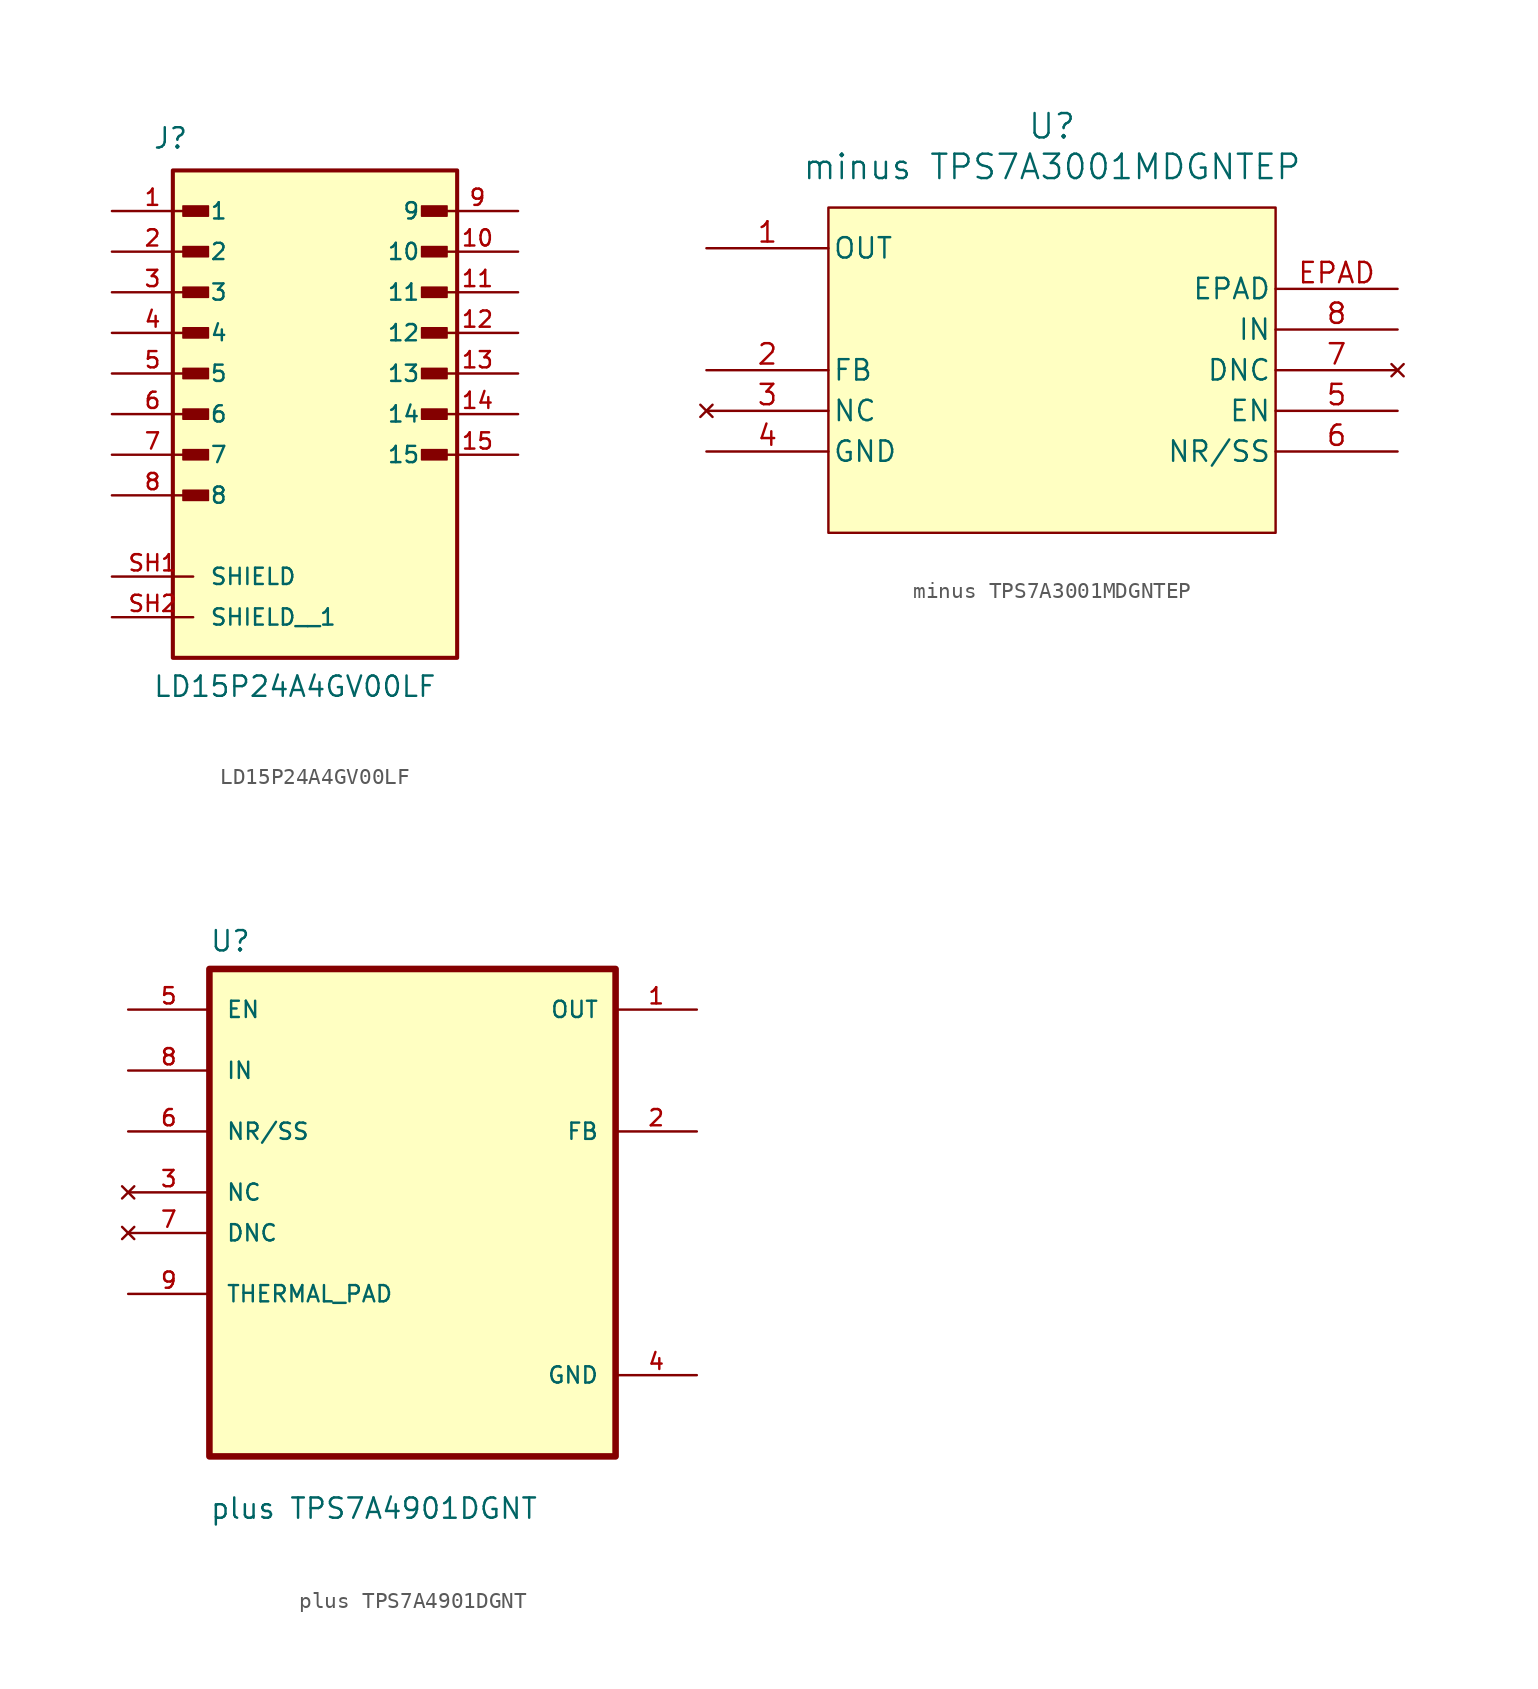
<source format=kicad_sym>
(kicad_symbol_lib
  (version 20241209)
  (generator "kicad_symbol_editor")
  (generator_version "9.0")
  (symbol "LD15P24A4GV00LF"
    (pin_names
      (offset 1.016))
    (property "Reference" "J"
      (at -10.16 13.97 0)
      (effects (font (size 1.27 1.27)) (justify left bottom)))
    (property "Value" "LD15P24A4GV00LF"
      (at -10.16 -20.32 0)
      (effects (font (size 1.27 1.27)) (justify left bottom)))
    (symbol "LD15P24A4GV00LF_0_0"
      (rectangle (start -8.89 -17.78) (end 8.89 12.7) (stroke (width 0.254) (type default)) (fill (type background)))
      (rectangle (start -8.255 9.842) (end -6.668 10.477) (stroke (width 0.1) (type default)) (fill (type outline)))
      (rectangle (start -8.255 7.303) (end -6.668 7.938) (stroke (width 0.1) (type default)) (fill (type outline)))
      (rectangle (start -8.255 4.763) (end -6.668 5.397) (stroke (width 0.1) (type default)) (fill (type outline)))
      (rectangle (start -8.255 2.223) (end -6.668 2.857) (stroke (width 0.1) (type default)) (fill (type outline)))
      (rectangle (start -8.255 -0.318) (end -6.668 0.318) (stroke (width 0.1) (type default)) (fill (type outline)))
      (rectangle (start -8.255 -2.857) (end -6.668 -2.223) (stroke (width 0.1) (type default)) (fill (type outline)))
      (rectangle (start -8.255 -5.397) (end -6.668 -4.763) (stroke (width 0.1) (type default)) (fill (type outline)))
      (rectangle (start -8.255 -7.938) (end -6.668 -7.303) (stroke (width 0.1) (type default)) (fill (type outline)))
      (rectangle (start 6.668 9.842) (end 8.255 10.477) (stroke (width 0.1) (type default)) (fill (type outline)))
      (rectangle (start 6.668 7.303) (end 8.255 7.938) (stroke (width 0.1) (type default)) (fill (type outline)))
      (rectangle (start 6.668 4.763) (end 8.255 5.397) (stroke (width 0.1) (type default)) (fill (type outline)))
      (rectangle (start 6.668 2.223) (end 8.255 2.857) (stroke (width 0.1) (type default)) (fill (type outline)))
      (rectangle (start 6.668 -0.318) (end 8.255 0.318) (stroke (width 0.1) (type default)) (fill (type outline)))
      (rectangle (start 6.668 -2.857) (end 8.255 -2.223) (stroke (width 0.1) (type default)) (fill (type outline)))
      (rectangle (start 6.668 -5.397) (end 8.255 -4.763) (stroke (width 0.1) (type default)) (fill (type outline)))
      (pin passive line (at -12.7 10.16 0) (length 5.08) (name "1" (effects (font (size 1.016 1.016)))) (number "1" (effects (font (size 1.016 1.016)))))
      (pin passive line (at -12.7 7.62 0) (length 5.08) (name "2" (effects (font (size 1.016 1.016)))) (number "2" (effects (font (size 1.016 1.016)))))
      (pin passive line (at -12.7 5.08 0) (length 5.08) (name "3" (effects (font (size 1.016 1.016)))) (number "3" (effects (font (size 1.016 1.016)))))
      (pin passive line (at -12.7 2.54 0) (length 5.08) (name "4" (effects (font (size 1.016 1.016)))) (number "4" (effects (font (size 1.016 1.016)))))
      (pin passive line (at -12.7 0 0) (length 5.08) (name "5" (effects (font (size 1.016 1.016)))) (number "5" (effects (font (size 1.016 1.016)))))
      (pin passive line (at -12.7 -2.54 0) (length 5.08) (name "6" (effects (font (size 1.016 1.016)))) (number "6" (effects (font (size 1.016 1.016)))))
      (pin passive line (at -12.7 -5.08 0) (length 5.08) (name "7" (effects (font (size 1.016 1.016)))) (number "7" (effects (font (size 1.016 1.016)))))
      (pin passive line (at -12.7 -7.62 0) (length 5.08) (name "8" (effects (font (size 1.016 1.016)))) (number "8" (effects (font (size 1.016 1.016)))))
      (pin passive line (at -12.7 -12.7 0) (length 5.08) (name "SHIELD" (effects (font (size 1.016 1.016)))) (number "SH1" (effects (font (size 1.016 1.016)))))
      (pin passive line (at -12.7 -15.24 0) (length 5.08) (name "SHIELD__1" (effects (font (size 1.016 1.016)))) (number "SH2" (effects (font (size 1.016 1.016)))))
      (pin passive line (at 12.7 10.16 180) (length 5.08) (name "9" (effects (font (size 1.016 1.016)))) (number "9" (effects (font (size 1.016 1.016)))))
      (pin passive line (at 12.7 7.62 180) (length 5.08) (name "10" (effects (font (size 1.016 1.016)))) (number "10" (effects (font (size 1.016 1.016)))))
      (pin passive line (at 12.7 5.08 180) (length 5.08) (name "11" (effects (font (size 1.016 1.016)))) (number "11" (effects (font (size 1.016 1.016)))))
      (pin passive line (at 12.7 2.54 180) (length 5.08) (name "12" (effects (font (size 1.016 1.016)))) (number "12" (effects (font (size 1.016 1.016)))))
      (pin passive line (at 12.7 0 180) (length 5.08) (name "13" (effects (font (size 1.016 1.016)))) (number "13" (effects (font (size 1.016 1.016)))))
      (pin passive line (at 12.7 -2.54 180) (length 5.08) (name "14" (effects (font (size 1.016 1.016)))) (number "14" (effects (font (size 1.016 1.016)))))
      (pin passive line (at 12.7 -5.08 180) (length 5.08) (name "15" (effects (font (size 1.016 1.016)))) (number "15" (effects (font (size 1.016 1.016)))))))
  (symbol "minus TPS7A3001MDGNTEP"
    (pin_names
      (offset 0.254))
    (property "Reference" "U"
      (at 0 15.24 0)
      (effects (font (size 1.524 1.524))))
    (property "Value" "minus TPS7A3001MDGNTEP"
      (at 0 12.7 0)
      (effects (font (size 1.524 1.524))))
    (symbol "minus TPS7A3001MDGNTEP_0_1"
      (pin power_in line (at -21.59 -5.08 0) (length 7.62) (name "GND" (effects (font (size 1.27 1.27)))) (number "4" (effects (font (size 1.27 1.27))))))
    (symbol "minus TPS7A3001MDGNTEP_1_1"
      (rectangle (start -13.97 10.16) (end 13.97 -10.16) (stroke (width 0) (type solid)) (fill (type background)))
      (pin power_out line (at -21.59 7.62 0) (length 7.62) (name "OUT" (effects (font (size 1.27 1.27)))) (number "1" (effects (font (size 1.27 1.27)))))
      (pin input line (at -21.59 0 0) (length 7.62) (name "FB" (effects (font (size 1.27 1.27)))) (number "2" (effects (font (size 1.27 1.27)))))
      (pin no_connect line (at -21.59 -2.54 0) (length 7.62) (name "NC" (effects (font (size 1.27 1.27)))) (number "3" (effects (font (size 1.27 1.27)))))
      (pin passive line (at 21.59 5.08 180) (length 7.62) (name "EPAD" (effects (font (size 1.27 1.27)))) (number "EPAD" (effects (font (size 1.27 1.27)))))
      (pin power_in line (at 21.59 2.54 180) (length 7.62) (name "IN" (effects (font (size 1.27 1.27)))) (number "8" (effects (font (size 1.27 1.27)))))
      (pin no_connect line (at 21.59 0 180) (length 7.62) (name "DNC" (effects (font (size 1.27 1.27)))) (number "7" (effects (font (size 1.27 1.27)))))
      (pin power_in line (at 21.59 -2.54 180) (length 7.62) (name "EN" (effects (font (size 1.27 1.27)))) (number "5" (effects (font (size 1.27 1.27)))))
      (pin passive line (at 21.59 -5.08 180) (length 7.62) (name "NR/SS" (effects (font (size 1.27 1.27)))) (number "6" (effects (font (size 1.27 1.27)))))))
  (symbol "plus TPS7A4901DGNT"
    (pin_names
      (offset 1.016))
    (property "Reference" "U"
      (at -12.7 16.24 0)
      (effects (font (size 1.27 1.27)) (justify left bottom)))
    (property "Value" "plus TPS7A4901DGNT"
      (at -12.7 -19.24 0)
      (effects (font (size 1.27 1.27)) (justify left bottom)))
    (symbol "plus TPS7A4901DGNT_0_0"
      (rectangle (start -12.7 15.24) (end 12.7 -15.24) (stroke (width 0.41) (type default)) (fill (type background)))
      (pin input line (at -17.78 5.08 0) (length 5.08) (name "NR/SS" (effects (font (size 1.016 1.016)))) (number "6" (effects (font (size 1.016 1.016)))))
      (pin power_in line (at 17.78 -10.16 180) (length 5.08) (name "GND" (effects (font (size 1.016 1.016)))) (number "4" (effects (font (size 1.016 1.016))))))
    (symbol "plus TPS7A4901DGNT_1_0"
      (pin power_in line (at -17.78 12.7 0) (length 5.08) (name "EN" (effects (font (size 1.016 1.016)))) (number "5" (effects (font (size 1.016 1.016)))))
      (pin power_in line (at -17.78 8.89 0) (length 5.08) (name "IN" (effects (font (size 1.016 1.016)))) (number "8" (effects (font (size 1.016 1.016)))))
      (pin no_connect line (at -17.78 1.27 0) (length 5.08) (name "NC" (effects (font (size 1.016 1.016)))) (number "3" (effects (font (size 1.016 1.016)))))
      (pin no_connect line (at -17.78 -1.27 0) (length 5.08) (name "DNC" (effects (font (size 1.016 1.016)))) (number "7" (effects (font (size 1.016 1.016)))))
      (pin passive line (at -17.78 -5.08 0) (length 5.08) (name "THERMAL_PAD" (effects (font (size 1.016 1.016)))) (number "9" (effects (font (size 1.016 1.016)))))
      (pin power_out line (at 17.78 12.7 180) (length 5.08) (name "OUT" (effects (font (size 1.016 1.016)))) (number "1" (effects (font (size 1.016 1.016)))))
      (pin passive line (at 17.78 5.08 180) (length 5.08) (name "FB" (effects (font (size 1.016 1.016)))) (number "2" (effects (font (size 1.016 1.016))))))))
</source>
